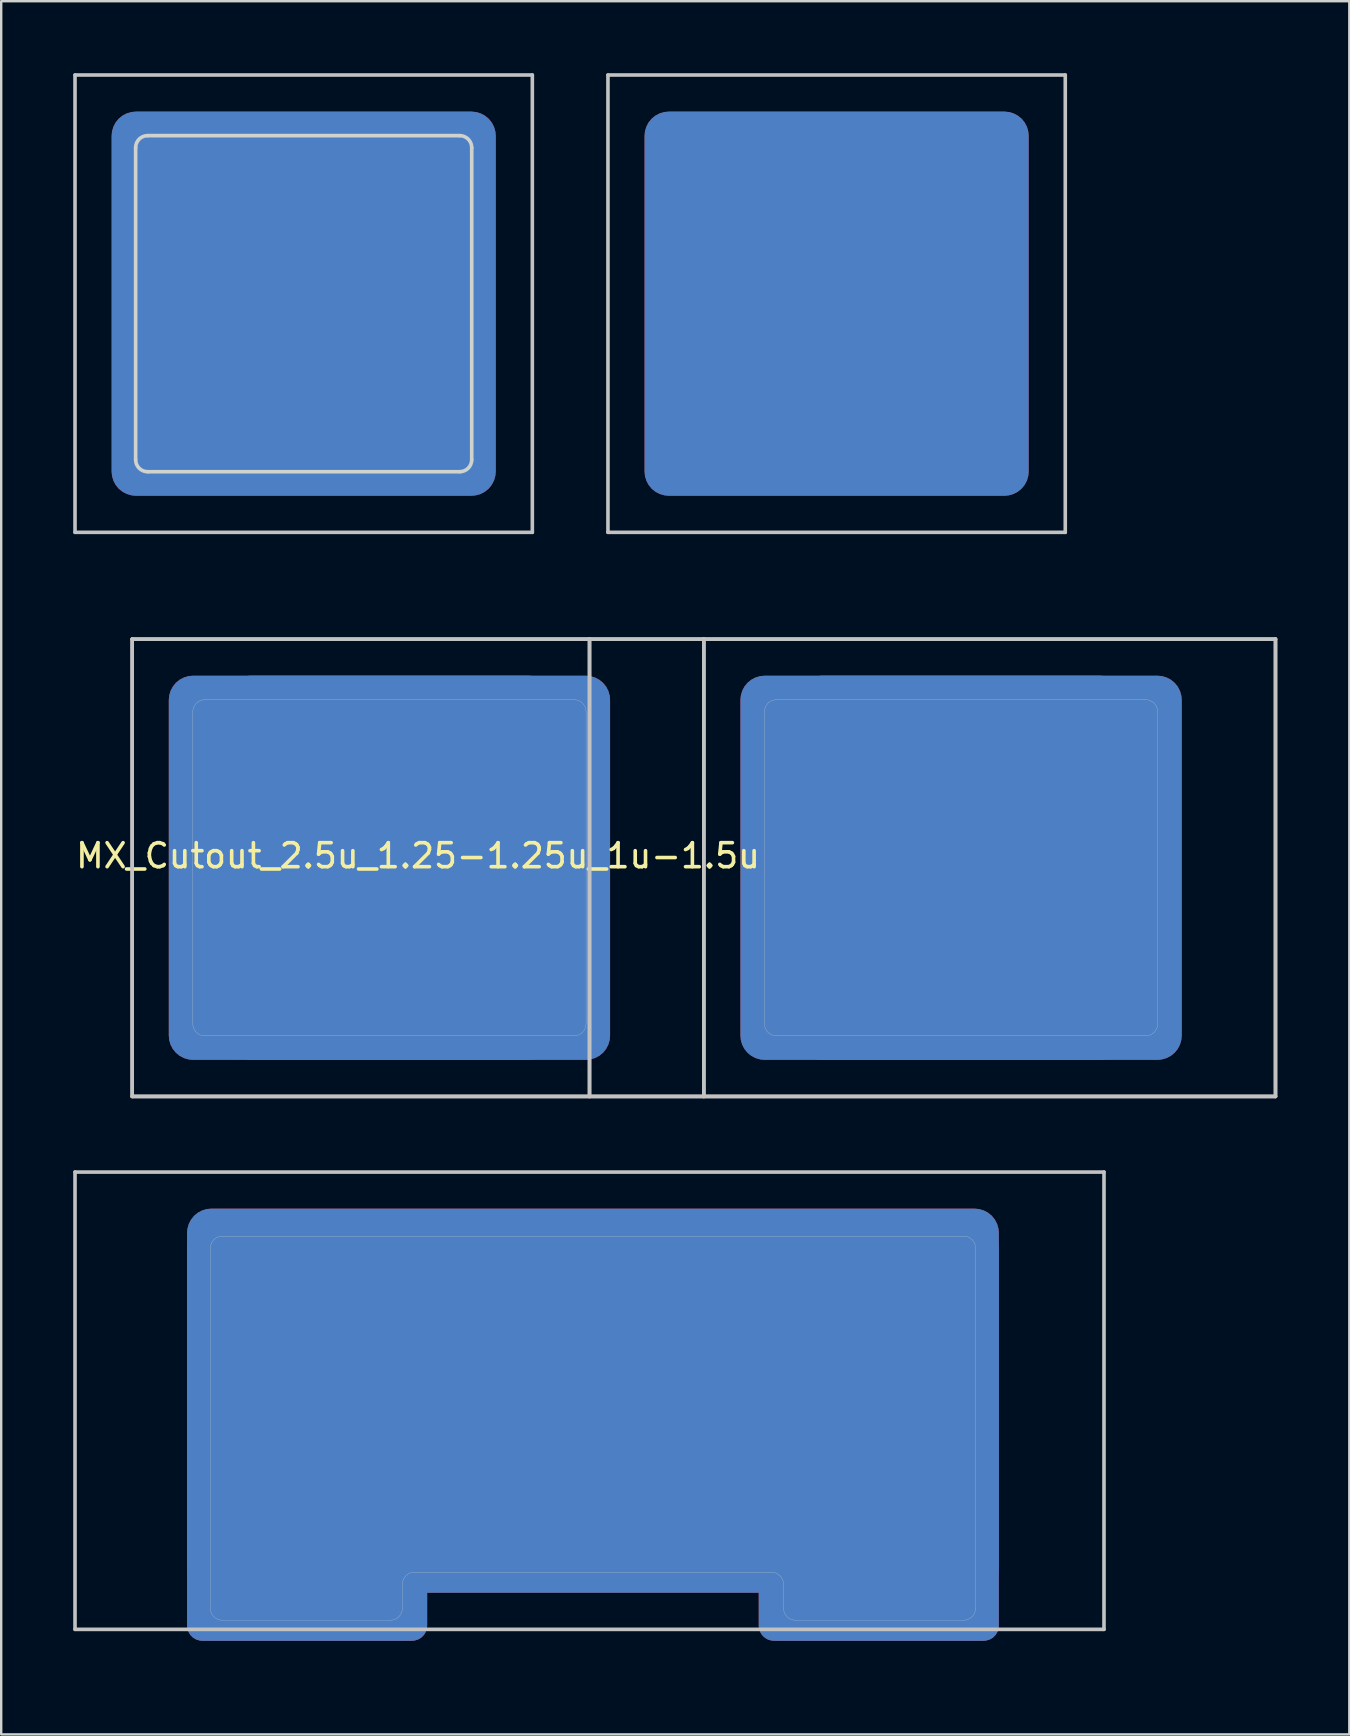
<source format=kicad_pcb>
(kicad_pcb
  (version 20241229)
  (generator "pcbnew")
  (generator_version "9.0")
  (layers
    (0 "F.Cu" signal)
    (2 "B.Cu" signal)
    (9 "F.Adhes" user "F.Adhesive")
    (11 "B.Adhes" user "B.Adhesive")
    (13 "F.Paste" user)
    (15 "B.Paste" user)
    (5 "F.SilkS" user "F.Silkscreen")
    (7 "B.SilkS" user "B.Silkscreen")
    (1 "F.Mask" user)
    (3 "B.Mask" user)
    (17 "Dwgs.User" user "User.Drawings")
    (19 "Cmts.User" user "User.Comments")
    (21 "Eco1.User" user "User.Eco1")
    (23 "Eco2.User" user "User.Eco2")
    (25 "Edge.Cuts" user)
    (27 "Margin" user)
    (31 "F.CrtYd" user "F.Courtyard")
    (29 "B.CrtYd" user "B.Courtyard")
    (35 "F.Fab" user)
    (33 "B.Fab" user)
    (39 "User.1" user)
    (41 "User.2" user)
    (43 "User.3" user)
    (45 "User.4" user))
  (footprint "MX_Cutout_2.5u_1.25-1.25u_1u-1.5u"
    (layer "F.Cu")
    (at 14.363 33.098)
    (property "Reference" "MX_Cutout_2.5u_1.25-1.25u_1u-1.5u" (at 0 -0.5 0) (unlocked yes) (layer "F.SilkS") (effects (font (size 1 1) (thickness 0.15))))
    (fp_line (start -11.906 -9.525) (end 7.144 -9.525) (stroke (width 0.15) (type solid)) (layer "Dwgs.User"))
    (fp_line (start -11.906 -9.525) (end 11.906 -9.525) (stroke (width 0.15) (type solid)) (layer "Dwgs.User"))
    (fp_line (start -11.906 9.525) (end -11.906 -9.525) (stroke (width 0.15) (type solid)) (layer "Dwgs.User"))
    (fp_line (start -11.906 9.525) (end -11.906 -9.525) (stroke (width 0.15) (type solid)) (layer "Dwgs.User"))
    (fp_line (start 7.144 -9.525) (end 7.144 9.525) (stroke (width 0.15) (type solid)) (layer "Dwgs.User"))
    (fp_line (start 7.144 -9.525) (end 35.719 -9.525) (stroke (width 0.15) (type solid)) (layer "Dwgs.User"))
    (fp_line (start 7.144 9.525) (end -11.906 9.525) (stroke (width 0.15) (type solid)) (layer "Dwgs.User"))
    (fp_line (start 7.144 9.525) (end 7.144 -9.525) (stroke (width 0.15) (type solid)) (layer "Dwgs.User"))
    (fp_line (start 11.906 -9.525) (end 11.906 9.525) (stroke (width 0.15) (type solid)) (layer "Dwgs.User"))
    (fp_line (start 11.906 -9.525) (end 35.719 -9.525) (stroke (width 0.15) (type solid)) (layer "Dwgs.User"))
    (fp_line (start 11.906 9.525) (end -11.906 9.525) (stroke (width 0.15) (type solid)) (layer "Dwgs.User"))
    (fp_line (start 11.906 9.525) (end 11.906 -9.525) (stroke (width 0.15) (type solid)) (layer "Dwgs.User"))
    (fp_line (start 35.719 -9.525) (end 35.719 9.525) (stroke (width 0.15) (type solid)) (layer "Dwgs.User"))
    (fp_line (start 35.719 -9.525) (end 35.719 9.525) (stroke (width 0.15) (type solid)) (layer "Dwgs.User"))
    (fp_line (start 35.719 9.525) (end 7.144 9.525) (stroke (width 0.15) (type solid)) (layer "Dwgs.User"))
    (fp_line (start 35.719 9.525) (end 11.906 9.525) (stroke (width 0.15) (type solid)) (layer "Dwgs.User"))
    (fp_line (start -9.381 -6.5) (end -9.381 6.5) (stroke (width 0.01) (type solid)) (layer "Edge.Cuts"))
    (fp_line (start -8.881 7) (end 6.5 7) (stroke (width 0.01) (type solid)) (layer "Edge.Cuts"))
    (fp_line (start 6.5 -7) (end -8.881 -7) (stroke (width 0.01) (type solid)) (layer "Edge.Cuts"))
    (fp_line (start 7 6.5) (end 7 -6.5) (stroke (width 0.01) (type solid)) (layer "Edge.Cuts"))
    (fp_line (start 14.431 -6.5) (end 14.431 6.5) (stroke (width 0.01) (type solid)) (layer "Edge.Cuts"))
    (fp_line (start 14.931 7) (end 30.312 7) (stroke (width 0.01) (type solid)) (layer "Edge.Cuts"))
    (fp_line (start 30.312 -7) (end 14.931 -7) (stroke (width 0.01) (type solid)) (layer "Edge.Cuts"))
    (fp_line (start 30.812 6.5) (end 30.812 -6.5) (stroke (width 0.01) (type solid)) (layer "Edge.Cuts"))
    (fp_arc (start -9.38125 -6.5) (mid -9.234803 -6.853553) (end -8.88125 -7) (stroke (width 0.01) (type solid)) (layer "Edge.Cuts"))
    (fp_arc (start -8.88125 7) (mid -9.234803 6.853553) (end -9.38125 6.5) (stroke (width 0.01) (type solid)) (layer "Edge.Cuts"))
    (fp_arc (start 6.5 -7) (mid 6.853553 -6.853553) (end 7 -6.5) (stroke (width 0.01) (type solid)) (layer "Edge.Cuts"))
    (fp_arc (start 7 6.5) (mid 6.853553 6.853553) (end 6.5 7) (stroke (width 0.01) (type solid)) (layer "Edge.Cuts"))
    (fp_arc (start 14.43125 -6.5) (mid 14.577697 -6.853553) (end 14.93125 -7) (stroke (width 0.01) (type solid)) (layer "Edge.Cuts"))
    (fp_arc (start 14.93125 7) (mid 14.577697 6.853553) (end 14.43125 6.5) (stroke (width 0.01) (type solid)) (layer "Edge.Cuts"))
    (fp_arc (start 30.3125 -7) (mid 30.666053 -6.853553) (end 30.8125 -6.5) (stroke (width 0.01) (type solid)) (layer "Edge.Cuts"))
    (fp_arc (start 30.8125 6.5) (mid 30.666053 6.853553) (end 30.3125 7) (stroke (width 0.01) (type solid)) (layer "Edge.Cuts"))
    (pad "1" smd roundrect (at -2.381 0 180) (size 16 16) (layers "F.Cu" "F.Mask") (roundrect_rratio 0.063))
    (pad "1" smd roundrect (at -2.381 0 180) (size 16 16) (layers "B.Cu" "B.Mask") (roundrect_rratio 0.063))
    (pad "1" smd roundrect (at 0 0 180) (size 16 16) (layers "F.Cu" "F.Mask") (roundrect_rratio 0.063))
    (pad "1" smd roundrect (at 0 0 180) (size 16 16) (layers "B.Cu" "B.Mask") (roundrect_rratio 0.063))
    (pad "1" smd roundrect (at 21.431 0 180) (size 16 16) (layers "F.Cu" "F.Mask") (roundrect_rratio 0.063))
    (pad "1" smd roundrect (at 21.431 0 180) (size 16 16) (layers "B.Cu" "B.Mask") (roundrect_rratio 0.063))
    (pad "1" smd roundrect (at 23.812 0 180) (size 16 16) (layers "F.Cu" "F.Mask") (roundrect_rratio 0.063))
    (pad "1" smd roundrect (at 23.812 0 180) (size 16 16) (layers "B.Cu" "B.Mask") (roundrect_rratio 0.063)))
  (footprint "MX_Cutout_2.25u_Simple"
    (layer "F.Cu")
    (at 21.65 55.298)
    (property "Reference" "MX_Cutout_2.25u_Simple" (at 0.25 10.05 0) (layer "Eco2.User") (effects (font (size 1 1) (thickness 0.15))))
    (fp_line (start -21.575 -9.525) (end -21.575 9.525) (stroke (width 0.15) (type solid)) (layer "Dwgs.User"))
    (fp_line (start -21.575 -9.525) (end 21.288 -9.525) (stroke (width 0.15) (type solid)) (layer "Dwgs.User"))
    (fp_line (start -21.575 9.525) (end 21.288 9.525) (stroke (width 0.15) (type solid)) (layer "Dwgs.User"))
    (fp_line (start 21.288 -9.525) (end 21.288 9.525) (stroke (width 0.15) (type solid)) (layer "Dwgs.User"))
    (fp_line (start -15.938 -6.356) (end -15.938 8.644) (stroke (width 0.01) (type solid)) (layer "Edge.Cuts"))
    (fp_line (start -15.438 9.144) (end -8.438 9.144) (stroke (width 0.01) (type solid)) (layer "Edge.Cuts"))
    (fp_line (start -7.938 8.644) (end -7.938 7.644) (stroke (width 0.01) (type solid)) (layer "Edge.Cuts"))
    (fp_line (start -7.438 7.144) (end 7.438 7.144) (stroke (width 0.01) (type solid)) (layer "Edge.Cuts"))
    (fp_line (start 7.938 7.644) (end 7.938 8.644) (stroke (width 0.01) (type solid)) (layer "Edge.Cuts"))
    (fp_line (start 8.438 9.144) (end 15.438 9.144) (stroke (width 0.01) (type solid)) (layer "Edge.Cuts"))
    (fp_line (start 15.438 -6.856) (end -15.438 -6.856) (stroke (width 0.01) (type solid)) (layer "Edge.Cuts"))
    (fp_line (start 15.938 8.644) (end 15.938 -6.356) (stroke (width 0.01) (type solid)) (layer "Edge.Cuts"))
    (fp_arc (start -15.938 -6.35625) (mid -15.791553 -6.709803) (end -15.438 -6.85625) (stroke (width 0.01) (type solid)) (layer "Edge.Cuts"))
    (fp_arc (start -15.438 9.14375) (mid -15.791553 8.997303) (end -15.938 8.64375) (stroke (width 0.01) (type solid)) (layer "Edge.Cuts"))
    (fp_arc (start -7.938 7.64375) (mid -7.791553 7.290197) (end -7.438 7.14375) (stroke (width 0.01) (type solid)) (layer "Edge.Cuts"))
    (fp_arc (start -7.938 8.64375) (mid -8.084447 8.997303) (end -8.438 9.14375) (stroke (width 0.01) (type solid)) (layer "Edge.Cuts"))
    (fp_arc (start 7.438 7.14375) (mid 7.791553 7.290197) (end 7.938 7.64375) (stroke (width 0.01) (type solid)) (layer "Edge.Cuts"))
    (fp_arc (start 8.438 9.14375) (mid 8.084447 8.997303) (end 7.938 8.64375) (stroke (width 0.01) (type solid)) (layer "Edge.Cuts"))
    (fp_arc (start 15.438 -6.85625) (mid 15.791553 -6.709803) (end 15.938 -6.35625) (stroke (width 0.01) (type solid)) (layer "Edge.Cuts"))
    (fp_arc (start 15.938 8.64375) (mid 15.791553 8.997303) (end 15.438 9.14375) (stroke (width 0.01) (type solid)) (layer "Edge.Cuts"))
    (pad "1" smd roundrect (at -11.906 1.5 180) (size 10 17) (layers "F.Cu" "F.Mask") (roundrect_rratio 0.063))
    (pad "1" smd roundrect (at -11.906 1.5 180) (size 10 17) (layers "B.Cu" "B.Mask") (roundrect_rratio 0.063))
    (pad "1" smd roundrect (at 0 0 180) (size 33.812 16) (layers "F.Cu" "F.Mask") (roundrect_rratio 0.063))
    (pad "1" smd roundrect (at 0 0 180) (size 33.812 16) (layers "B.Cu" "B.Mask") (roundrect_rratio 0.063))
    (pad "1" smd roundrect (at 11.906 1.5 180) (size 10 17) (layers "F.Cu" "F.Mask") (roundrect_rratio 0.063))
    (pad "1" smd roundrect (at 11.906 1.5 180) (size 10 17) (layers "B.Cu" "B.Mask") (roundrect_rratio 0.063)))
  (footprint "MX_Cutout_1u_No-Cut"
    (layer "F.Cu")
    (at 31.8 9.6)
    (property "Reference" "MX_Cutout_1u_No-Cut" (at 0.25 10.05 0) (layer "Eco2.User") (effects (font (size 1 1) (thickness 0.15))))
    (fp_line (start -9.525 -9.525) (end 9.525 -9.525) (stroke (width 0.15) (type solid)) (layer "Dwgs.User"))
    (fp_line (start -9.525 9.525) (end -9.525 -9.525) (stroke (width 0.15) (type solid)) (layer "Dwgs.User"))
    (fp_line (start 9.525 -9.525) (end 9.525 9.525) (stroke (width 0.15) (type solid)) (layer "Dwgs.User"))
    (fp_line (start 9.525 9.525) (end -9.525 9.525) (stroke (width 0.15) (type solid)) (layer "Dwgs.User"))
    (pad "1" smd roundrect (at 0 0 180) (size 16 16) (layers "F.Cu" "F.Mask") (roundrect_rratio 0.063))
    (pad "1" smd roundrect (at 0 0 180) (size 16 16) (layers "B.Cu" "B.Mask") (roundrect_rratio 0.063)))
  (footprint "MX_Cutout_1u"
    (layer "F.Cu")
    (at 9.6 9.6)
    (property "Reference" "MX_Cutout_1u" (at 0.25 10.05 0) (layer "Eco2.User") (effects (font (size 1 1) (thickness 0.15))))
    (attr through_hole)
    (fp_line (start -9.525 -9.525) (end 9.525 -9.525) (stroke (width 0.15) (type solid)) (layer "Dwgs.User"))
    (fp_line (start -9.525 9.525) (end -9.525 -9.525) (stroke (width 0.15) (type solid)) (layer "Dwgs.User"))
    (fp_line (start 9.525 -9.525) (end 9.525 9.525) (stroke (width 0.15) (type solid)) (layer "Dwgs.User"))
    (fp_line (start 9.525 9.525) (end -9.525 9.525) (stroke (width 0.15) (type solid)) (layer "Dwgs.User"))
    (fp_line (start -7 -6.5) (end -7 6.5) (stroke (width 0.15) (type solid)) (layer "Edge.Cuts"))
    (fp_line (start -6.5 7) (end 6.5 7) (stroke (width 0.15) (type solid)) (layer "Edge.Cuts"))
    (fp_line (start 6.5 -7) (end -6.5 -7) (stroke (width 0.15) (type solid)) (layer "Edge.Cuts"))
    (fp_line (start 7 6.5) (end 7 -6.5) (stroke (width 0.15) (type solid)) (layer "Edge.Cuts"))
    (fp_arc (start -7 -6.5) (mid -6.853553 -6.853553) (end -6.5 -7) (stroke (width 0.15) (type solid)) (layer "Edge.Cuts"))
    (fp_arc (start -6.5 7) (mid -6.853553 6.853553) (end -7 6.5) (stroke (width 0.15) (type solid)) (layer "Edge.Cuts"))
    (fp_arc (start 6.5 -7) (mid 6.853553 -6.853553) (end 7 -6.5) (stroke (width 0.15) (type solid)) (layer "Edge.Cuts"))
    (fp_arc (start 7 6.5) (mid 6.853553 6.853553) (end 6.5 7) (stroke (width 0.15) (type solid)) (layer "Edge.Cuts"))
    (pad "1" smd roundrect (at 0 0 180) (size 16 16) (layers "F.Cu" "F.Mask") (roundrect_rratio 0.063))
    (pad "1" smd roundrect (at 0 0 180) (size 16 16) (layers "B.Cu" "B.Mask") (roundrect_rratio 0.063)))
  (gr_rect
    (start -3 -3)
    (end 53.157 69.197)
    (stroke (width 0.1) (type default))
    (fill no)
    (layer "Edge.Cuts")))
</source>
